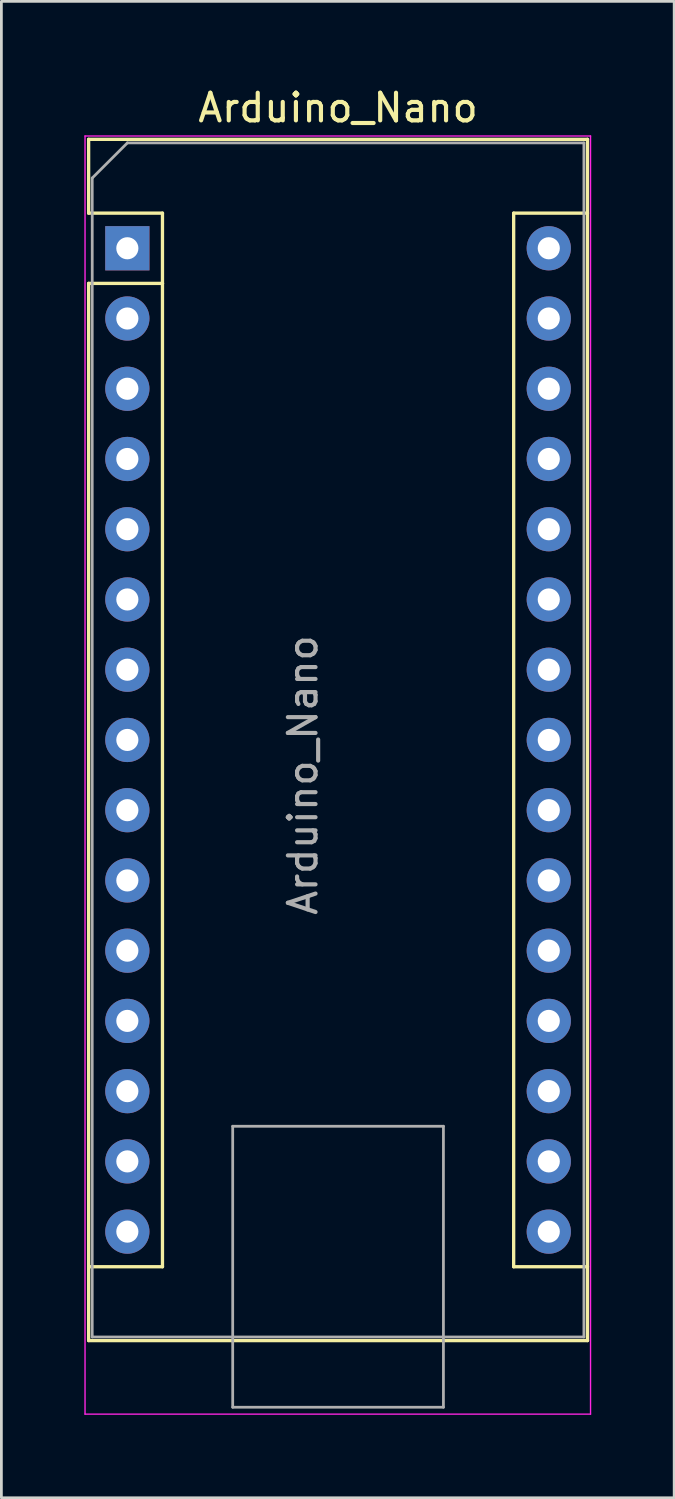
<source format=kicad_pcb>
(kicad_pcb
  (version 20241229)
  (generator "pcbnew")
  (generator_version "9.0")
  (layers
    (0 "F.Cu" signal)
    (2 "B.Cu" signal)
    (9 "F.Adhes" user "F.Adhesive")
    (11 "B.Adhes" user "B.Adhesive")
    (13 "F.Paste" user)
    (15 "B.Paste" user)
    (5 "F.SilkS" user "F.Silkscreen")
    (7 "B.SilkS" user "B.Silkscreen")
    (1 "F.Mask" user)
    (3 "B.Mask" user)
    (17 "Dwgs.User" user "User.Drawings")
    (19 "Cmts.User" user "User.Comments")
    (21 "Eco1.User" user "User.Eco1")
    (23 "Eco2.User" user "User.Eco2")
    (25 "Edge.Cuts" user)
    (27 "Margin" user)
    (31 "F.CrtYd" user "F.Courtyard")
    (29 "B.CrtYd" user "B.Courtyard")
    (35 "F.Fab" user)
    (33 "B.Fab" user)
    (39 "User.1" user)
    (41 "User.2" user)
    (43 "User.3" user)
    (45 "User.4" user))
  (footprint "Arduino_Nano"
    (layer "F.Cu")
    (at 1.555 5.928)
    (property "Reference" "Arduino_Nano" (at 7.62 -5.08 0) (layer "F.SilkS") (effects (font (size 1 1) (thickness 0.15))))
    (attr through_hole)
    (fp_line (start -1.4 -3.94) (end -1.4 -1.27) (stroke (width 0.12) (type solid)) (layer "F.SilkS"))
    (fp_line (start -1.4 1.27) (end -1.4 39.5) (stroke (width 0.12) (type solid)) (layer "F.SilkS"))
    (fp_line (start -1.4 39.5) (end 16.64 39.5) (stroke (width 0.12) (type solid)) (layer "F.SilkS"))
    (fp_line (start 1.27 -1.27) (end -1.4 -1.27) (stroke (width 0.12) (type solid)) (layer "F.SilkS"))
    (fp_line (start 1.27 1.27) (end -1.4 1.27) (stroke (width 0.12) (type solid)) (layer "F.SilkS"))
    (fp_line (start 1.27 1.27) (end 1.27 -1.27) (stroke (width 0.12) (type solid)) (layer "F.SilkS"))
    (fp_line (start 1.27 1.27) (end 1.27 36.83) (stroke (width 0.12) (type solid)) (layer "F.SilkS"))
    (fp_line (start 1.27 36.83) (end -1.4 36.83) (stroke (width 0.12) (type solid)) (layer "F.SilkS"))
    (fp_line (start 13.97 -1.27) (end 13.97 36.83) (stroke (width 0.12) (type solid)) (layer "F.SilkS"))
    (fp_line (start 13.97 -1.27) (end 16.64 -1.27) (stroke (width 0.12) (type solid)) (layer "F.SilkS"))
    (fp_line (start 13.97 36.83) (end 16.64 36.83) (stroke (width 0.12) (type solid)) (layer "F.SilkS"))
    (fp_line (start 16.64 -3.94) (end -1.4 -3.94) (stroke (width 0.12) (type solid)) (layer "F.SilkS"))
    (fp_line (start 16.64 39.5) (end 16.64 -3.94) (stroke (width 0.12) (type solid)) (layer "F.SilkS"))
    (fp_line (start -1.53 -4.06) (end -1.53 42.16) (stroke (width 0.05) (type solid)) (layer "F.CrtYd"))
    (fp_line (start -1.53 -4.06) (end 16.75 -4.06) (stroke (width 0.05) (type solid)) (layer "F.CrtYd"))
    (fp_line (start 16.75 42.16) (end -1.53 42.16) (stroke (width 0.05) (type solid)) (layer "F.CrtYd"))
    (fp_line (start 16.75 42.16) (end 16.75 -4.06) (stroke (width 0.05) (type solid)) (layer "F.CrtYd"))
    (fp_line (start -1.27 -2.54) (end 0 -3.81) (stroke (width 0.1) (type solid)) (layer "F.Fab"))
    (fp_line (start -1.27 39.37) (end -1.27 -2.54) (stroke (width 0.1) (type solid)) (layer "F.Fab"))
    (fp_line (start 0 -3.81) (end 16.51 -3.81) (stroke (width 0.1) (type solid)) (layer "F.Fab"))
    (fp_line (start 3.81 31.75) (end 11.43 31.75) (stroke (width 0.1) (type solid)) (layer "F.Fab"))
    (fp_line (start 3.81 41.91) (end 3.81 31.75) (stroke (width 0.1) (type solid)) (layer "F.Fab"))
    (fp_line (start 11.43 31.75) (end 11.43 41.91) (stroke (width 0.1) (type solid)) (layer "F.Fab"))
    (fp_line (start 11.43 41.91) (end 3.81 41.91) (stroke (width 0.1) (type solid)) (layer "F.Fab"))
    (fp_line (start 16.51 -3.81) (end 16.51 39.37) (stroke (width 0.1) (type solid)) (layer "F.Fab"))
    (fp_line (start 16.51 39.37) (end -1.27 39.37) (stroke (width 0.1) (type solid)) (layer "F.Fab"))
    (fp_text user "${REFERENCE}" (at 6.35 19.05 90) (layer "F.Fab") (effects (font (size 1 1) (thickness 0.15))))
    (pad "1" thru_hole rect (at 0 0) (size 1.6 1.6) (drill 0.8) (layers "*.Cu" "*.Mask"))
    (pad "2" thru_hole oval (at 0 2.54) (size 1.6 1.6) (drill 0.8) (layers "*.Cu" "*.Mask"))
    (pad "3" thru_hole oval (at 0 5.08) (size 1.6 1.6) (drill 0.8) (layers "*.Cu" "*.Mask"))
    (pad "4" thru_hole oval (at 0 7.62) (size 1.6 1.6) (drill 0.8) (layers "*.Cu" "*.Mask"))
    (pad "5" thru_hole oval (at 0 10.16) (size 1.6 1.6) (drill 0.8) (layers "*.Cu" "*.Mask"))
    (pad "6" thru_hole oval (at 0 12.7) (size 1.6 1.6) (drill 0.8) (layers "*.Cu" "*.Mask"))
    (pad "7" thru_hole oval (at 0 15.24) (size 1.6 1.6) (drill 0.8) (layers "*.Cu" "*.Mask"))
    (pad "8" thru_hole oval (at 0 17.78) (size 1.6 1.6) (drill 0.8) (layers "*.Cu" "*.Mask"))
    (pad "9" thru_hole oval (at 0 20.32) (size 1.6 1.6) (drill 0.8) (layers "*.Cu" "*.Mask"))
    (pad "10" thru_hole oval (at 0 22.86) (size 1.6 1.6) (drill 0.8) (layers "*.Cu" "*.Mask"))
    (pad "11" thru_hole oval (at 0 25.4) (size 1.6 1.6) (drill 0.8) (layers "*.Cu" "*.Mask"))
    (pad "12" thru_hole oval (at 0 27.94) (size 1.6 1.6) (drill 0.8) (layers "*.Cu" "*.Mask"))
    (pad "13" thru_hole oval (at 0 30.48) (size 1.6 1.6) (drill 0.8) (layers "*.Cu" "*.Mask"))
    (pad "14" thru_hole oval (at 0 33.02) (size 1.6 1.6) (drill 0.8) (layers "*.Cu" "*.Mask"))
    (pad "15" thru_hole oval (at 0 35.56) (size 1.6 1.6) (drill 0.8) (layers "*.Cu" "*.Mask"))
    (pad "16" thru_hole oval (at 15.24 0) (size 1.6 1.6) (drill 0.8) (layers "*.Cu" "*.Mask"))
    (pad "17" thru_hole oval (at 15.24 2.54) (size 1.6 1.6) (drill 0.8) (layers "*.Cu" "*.Mask"))
    (pad "18" thru_hole oval (at 15.24 5.08) (size 1.6 1.6) (drill 0.8) (layers "*.Cu" "*.Mask"))
    (pad "19" thru_hole oval (at 15.24 7.62) (size 1.6 1.6) (drill 0.8) (layers "*.Cu" "*.Mask"))
    (pad "20" thru_hole oval (at 15.24 10.16) (size 1.6 1.6) (drill 0.8) (layers "*.Cu" "*.Mask"))
    (pad "21" thru_hole oval (at 15.24 12.7) (size 1.6 1.6) (drill 0.8) (layers "*.Cu" "*.Mask"))
    (pad "22" thru_hole oval (at 15.24 15.24) (size 1.6 1.6) (drill 0.8) (layers "*.Cu" "*.Mask"))
    (pad "23" thru_hole oval (at 15.24 17.78) (size 1.6 1.6) (drill 0.8) (layers "*.Cu" "*.Mask"))
    (pad "24" thru_hole oval (at 15.24 20.32) (size 1.6 1.6) (drill 0.8) (layers "*.Cu" "*.Mask"))
    (pad "25" thru_hole oval (at 15.24 22.86) (size 1.6 1.6) (drill 0.8) (layers "*.Cu" "*.Mask"))
    (pad "26" thru_hole oval (at 15.24 25.4) (size 1.6 1.6) (drill 0.8) (layers "*.Cu" "*.Mask"))
    (pad "27" thru_hole oval (at 15.24 27.94) (size 1.6 1.6) (drill 0.8) (layers "*.Cu" "*.Mask"))
    (pad "28" thru_hole oval (at 15.24 30.48) (size 1.6 1.6) (drill 0.8) (layers "*.Cu" "*.Mask"))
    (pad "29" thru_hole oval (at 15.24 33.02) (size 1.6 1.6) (drill 0.8) (layers "*.Cu" "*.Mask"))
    (pad "30" thru_hole oval (at 15.24 35.56) (size 1.6 1.6) (drill 0.8) (layers "*.Cu" "*.Mask")))
  (gr_rect
    (start -3 -3)
    (end 21.33 51.113)
    (stroke (width 0.1) (type default))
    (fill no)
    (layer "Edge.Cuts")))
</source>
